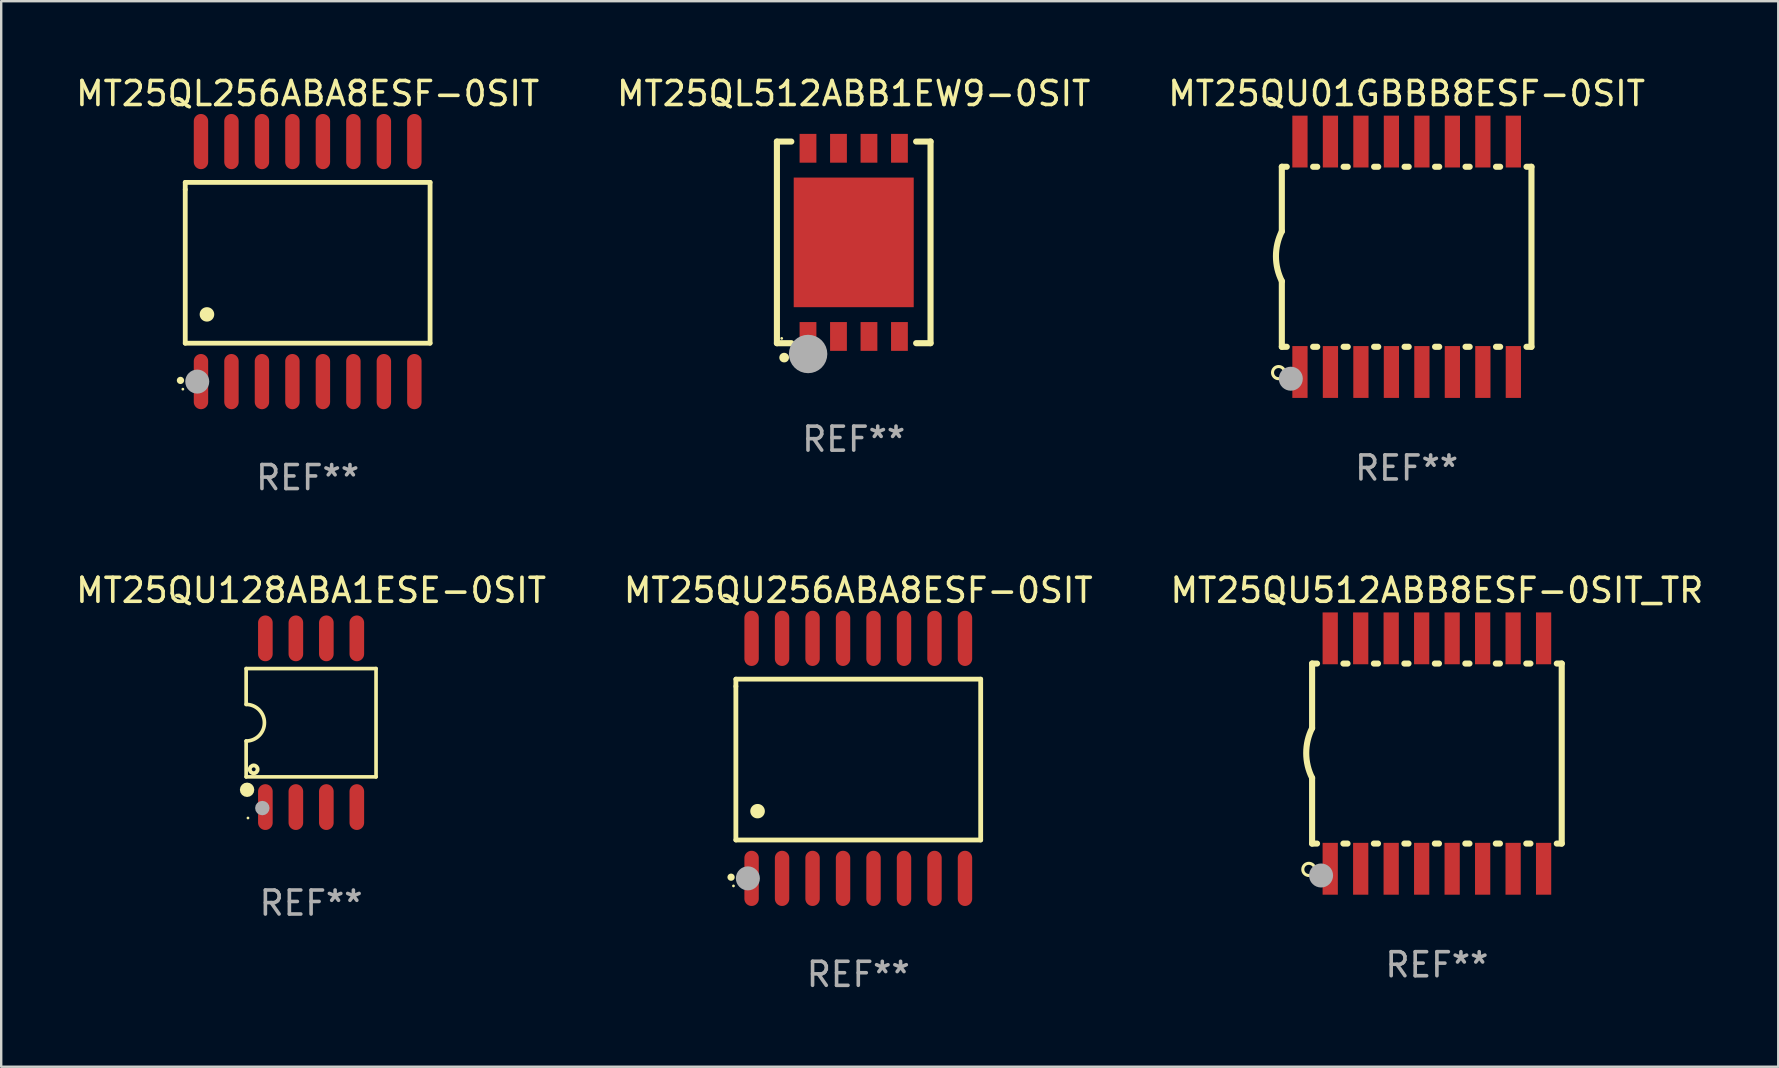
<source format=kicad_pcb>
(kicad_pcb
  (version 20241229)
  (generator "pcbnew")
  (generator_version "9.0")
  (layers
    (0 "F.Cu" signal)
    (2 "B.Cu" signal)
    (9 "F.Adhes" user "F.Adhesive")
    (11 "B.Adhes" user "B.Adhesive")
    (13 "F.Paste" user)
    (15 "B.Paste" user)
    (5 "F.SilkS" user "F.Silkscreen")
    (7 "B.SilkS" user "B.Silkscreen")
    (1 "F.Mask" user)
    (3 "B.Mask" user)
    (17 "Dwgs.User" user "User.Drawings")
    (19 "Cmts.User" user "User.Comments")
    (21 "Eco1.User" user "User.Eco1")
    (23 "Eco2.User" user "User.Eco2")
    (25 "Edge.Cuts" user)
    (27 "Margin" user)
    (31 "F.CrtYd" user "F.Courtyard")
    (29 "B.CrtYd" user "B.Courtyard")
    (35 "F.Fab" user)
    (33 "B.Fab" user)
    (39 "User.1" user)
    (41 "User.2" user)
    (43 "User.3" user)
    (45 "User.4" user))
  (footprint "MT25QU256ABA8ESF-0SIT"
    (layer "F.Cu")
    (at 32.708 28.545)
    (property "Reference" "MT25QU256ABA8ESF-0SIT" (at 0 -7 0) (layer "F.SilkS") (effects (font (size 1 1) (thickness 0.15))))
    (attr through_hole)
    (fp_line (start -5.1 -3.3) (end -5.1 -3) (stroke (width 0.2) (type solid)) (layer "F.SilkS"))
    (fp_line (start -5.1 -3) (end -5.1 3.4) (stroke (width 0.2) (type solid)) (layer "F.SilkS"))
    (fp_line (start -5.1 3.4) (end 5.1 3.4) (stroke (width 0.2) (type solid)) (layer "F.SilkS"))
    (fp_line (start 5.1 -3.3) (end -5.1 -3.3) (stroke (width 0.2) (type solid)) (layer "F.SilkS"))
    (fp_line (start 5.1 3.4) (end 5.1 -3.3) (stroke (width 0.2) (type solid)) (layer "F.SilkS"))
    (fp_arc (start -5.300991 4.950495) (mid -5.299721 4.95049) (end -5.298451 4.950495) (stroke (width 0.3) (type solid)) (layer "F.SilkS"))
    (fp_arc (start -4.2 2.200025) (mid -4.19619 2.200001) (end -4.19238 2.200025) (stroke (width 0.6) (type solid)) (layer "F.SilkS"))
    (fp_circle (center -5.2 5.315) (end -5.17 5.315) (stroke (width 0.06) (type solid)) (fill no) (layer "F.SilkS"))
    (fp_circle (center -4.6 5) (end -4.35 5) (stroke (width 0.5) (type solid)) (fill no) (layer "F.Fab"))
    (fp_text user "REF**" (at 0 9 0) (layer "F.Fab") (effects (font (size 1 1) (thickness 0.15))))
    (pad "1" smd oval (at -4.445 5 180) (size 0.6 2.3) (layers "F.Cu" "F.Mask" "F.Paste"))
    (pad "2" smd oval (at -3.175 5 180) (size 0.6 2.3) (layers "F.Cu" "F.Mask" "F.Paste"))
    (pad "3" smd oval (at -1.905 5 180) (size 0.6 2.3) (layers "F.Cu" "F.Mask" "F.Paste"))
    (pad "4" smd oval (at -0.635 5 180) (size 0.6 2.3) (layers "F.Cu" "F.Mask" "F.Paste"))
    (pad "5" smd oval (at 0.635 5 180) (size 0.6 2.3) (layers "F.Cu" "F.Mask" "F.Paste"))
    (pad "6" smd oval (at 1.905 5 180) (size 0.6 2.3) (layers "F.Cu" "F.Mask" "F.Paste"))
    (pad "7" smd oval (at 3.175 5 180) (size 0.6 2.3) (layers "F.Cu" "F.Mask" "F.Paste"))
    (pad "8" smd oval (at 4.445 5 180) (size 0.6 2.3) (layers "F.Cu" "F.Mask" "F.Paste"))
    (pad "9" smd oval (at 4.445 -5 180) (size 0.6 2.3) (layers "F.Cu" "F.Mask" "F.Paste"))
    (pad "10" smd oval (at 3.175 -5 180) (size 0.6 2.3) (layers "F.Cu" "F.Mask" "F.Paste"))
    (pad "11" smd oval (at 1.905 -5 180) (size 0.6 2.3) (layers "F.Cu" "F.Mask" "F.Paste"))
    (pad "12" smd oval (at 0.635 -5 180) (size 0.6 2.3) (layers "F.Cu" "F.Mask" "F.Paste"))
    (pad "13" smd oval (at -0.635 -5 180) (size 0.6 2.3) (layers "F.Cu" "F.Mask" "F.Paste"))
    (pad "14" smd oval (at -1.905 -5 180) (size 0.6 2.3) (layers "F.Cu" "F.Mask" "F.Paste"))
    (pad "15" smd oval (at -3.175 -5 180) (size 0.6 2.3) (layers "F.Cu" "F.Mask" "F.Paste"))
    (pad "16" smd oval (at -4.445 -5 180) (size 0.6 2.3) (layers "F.Cu" "F.Mask" "F.Paste")))
  (footprint "MT25QL256ABA8ESF-0SIT"
    (layer "F.Cu")
    (at 9.768 7.848)
    (property "Reference" "MT25QL256ABA8ESF-0SIT" (at 0 -7 0) (layer "F.SilkS") (effects (font (size 1 1) (thickness 0.15))))
    (attr through_hole)
    (fp_line (start -5.1 -3.3) (end -5.1 -3) (stroke (width 0.2) (type solid)) (layer "F.SilkS"))
    (fp_line (start -5.1 -3) (end -5.1 3.4) (stroke (width 0.2) (type solid)) (layer "F.SilkS"))
    (fp_line (start -5.1 3.4) (end 5.1 3.4) (stroke (width 0.2) (type solid)) (layer "F.SilkS"))
    (fp_line (start 5.1 -3.3) (end -5.1 -3.3) (stroke (width 0.2) (type solid)) (layer "F.SilkS"))
    (fp_line (start 5.1 3.4) (end 5.1 -3.3) (stroke (width 0.2) (type solid)) (layer "F.SilkS"))
    (fp_arc (start -5.300991 4.950495) (mid -5.299721 4.95049) (end -5.298451 4.950495) (stroke (width 0.3) (type solid)) (layer "F.SilkS"))
    (fp_arc (start -4.2 2.200025) (mid -4.19619 2.200001) (end -4.19238 2.200025) (stroke (width 0.6) (type solid)) (layer "F.SilkS"))
    (fp_circle (center -5.2 5.315) (end -5.17 5.315) (stroke (width 0.06) (type solid)) (fill no) (layer "F.SilkS"))
    (fp_circle (center -4.6 5) (end -4.35 5) (stroke (width 0.5) (type solid)) (fill no) (layer "F.Fab"))
    (fp_text user "REF**" (at 0 9 0) (layer "F.Fab") (effects (font (size 1 1) (thickness 0.15))))
    (pad "1" smd oval (at -4.445 5 180) (size 0.6 2.3) (layers "F.Cu" "F.Mask" "F.Paste"))
    (pad "2" smd oval (at -3.175 5 180) (size 0.6 2.3) (layers "F.Cu" "F.Mask" "F.Paste"))
    (pad "3" smd oval (at -1.905 5 180) (size 0.6 2.3) (layers "F.Cu" "F.Mask" "F.Paste"))
    (pad "4" smd oval (at -0.635 5 180) (size 0.6 2.3) (layers "F.Cu" "F.Mask" "F.Paste"))
    (pad "5" smd oval (at 0.635 5 180) (size 0.6 2.3) (layers "F.Cu" "F.Mask" "F.Paste"))
    (pad "6" smd oval (at 1.905 5 180) (size 0.6 2.3) (layers "F.Cu" "F.Mask" "F.Paste"))
    (pad "7" smd oval (at 3.175 5 180) (size 0.6 2.3) (layers "F.Cu" "F.Mask" "F.Paste"))
    (pad "8" smd oval (at 4.445 5 180) (size 0.6 2.3) (layers "F.Cu" "F.Mask" "F.Paste"))
    (pad "9" smd oval (at 4.445 -5 180) (size 0.6 2.3) (layers "F.Cu" "F.Mask" "F.Paste"))
    (pad "10" smd oval (at 3.175 -5 180) (size 0.6 2.3) (layers "F.Cu" "F.Mask" "F.Paste"))
    (pad "11" smd oval (at 1.905 -5 180) (size 0.6 2.3) (layers "F.Cu" "F.Mask" "F.Paste"))
    (pad "12" smd oval (at 0.635 -5 180) (size 0.6 2.3) (layers "F.Cu" "F.Mask" "F.Paste"))
    (pad "13" smd oval (at -0.635 -5 180) (size 0.6 2.3) (layers "F.Cu" "F.Mask" "F.Paste"))
    (pad "14" smd oval (at -1.905 -5 180) (size 0.6 2.3) (layers "F.Cu" "F.Mask" "F.Paste"))
    (pad "15" smd oval (at -3.175 -5 180) (size 0.6 2.3) (layers "F.Cu" "F.Mask" "F.Paste"))
    (pad "16" smd oval (at -4.445 -5 180) (size 0.6 2.3) (layers "F.Cu" "F.Mask" "F.Paste")))
  (footprint "MT25QU128ABA1ESE-0SIT"
    (layer "F.Cu")
    (at 9.911 27.06)
    (property "Reference" "MT25QU128ABA1ESE-0SIT" (at 0 -5.515 0) (layer "F.SilkS") (effects (font (size 1 1) (thickness 0.15))))
    (attr through_hole)
    (fp_line (start -2.706 -2.256) (end 2.706 -2.256) (stroke (width 0.152) (type solid)) (layer "F.SilkS"))
    (fp_line (start -2.706 -0.762) (end -2.706 -2.256) (stroke (width 0.152) (type solid)) (layer "F.SilkS"))
    (fp_line (start -2.706 0.762) (end -2.706 2.256) (stroke (width 0.152) (type solid)) (layer "F.SilkS"))
    (fp_line (start 2.706 -2.256) (end 2.706 2.256) (stroke (width 0.152) (type solid)) (layer "F.SilkS"))
    (fp_line (start 2.706 2.256) (end -2.706 2.256) (stroke (width 0.152) (type solid)) (layer "F.SilkS"))
    (fp_arc (start -2.706198 -0.762002) (mid -1.944196 0) (end -2.706198 0.762002) (stroke (width 0.151994) (type solid)) (layer "F.SilkS"))
    (fp_circle (center -2.667 2.794) (end -2.517 2.794) (stroke (width 0.3) (type solid)) (fill no) (layer "F.SilkS"))
    (fp_circle (center -2.63 3.97) (end -2.6 3.97) (stroke (width 0.06) (type solid)) (fill no) (layer "F.SilkS"))
    (fp_circle (center -2.391 1.942) (end -2.31 1.942) (stroke (width 0.163) (type solid)) (fill no) (layer "F.SilkS"))
    (fp_circle (center -2.032 3.556) (end -1.882 3.556) (stroke (width 0.3) (type solid)) (fill no) (layer "F.Fab"))
    (fp_text user "REF**" (at 0 7.515 0) (layer "F.Fab") (effects (font (size 1 1) (thickness 0.15))))
    (pad "1" smd oval (at -1.905 3.515) (size 0.609 1.907) (layers "F.Cu" "F.Mask" "F.Paste"))
    (pad "2" smd oval (at -0.635 3.515) (size 0.609 1.907) (layers "F.Cu" "F.Mask" "F.Paste"))
    (pad "3" smd oval (at 0.635 3.515) (size 0.609 1.907) (layers "F.Cu" "F.Mask" "F.Paste"))
    (pad "4" smd oval (at 1.905 3.515) (size 0.609 1.907) (layers "F.Cu" "F.Mask" "F.Paste"))
    (pad "5" smd oval (at 1.905 -3.515) (size 0.609 1.907) (layers "F.Cu" "F.Mask" "F.Paste"))
    (pad "6" smd oval (at 0.635 -3.515) (size 0.609 1.907) (layers "F.Cu" "F.Mask" "F.Paste"))
    (pad "7" smd oval (at -0.635 -3.515) (size 0.609 1.907) (layers "F.Cu" "F.Mask" "F.Paste"))
    (pad "8" smd oval (at -1.905 -3.515) (size 0.609 1.907) (layers "F.Cu" "F.Mask" "F.Paste")))
  (footprint "MT25QU512ABB8ESF-0SIT_TR"
    (layer "F.Cu")
    (at 56.815 28.345)
    (property "Reference" "MT25QU512ABB8ESF-0SIT_TR" (at 0 -6.8 0) (layer "F.SilkS") (effects (font (size 1 1) (thickness 0.15))))
    (attr through_hole)
    (fp_line (start -5.2 -3.75) (end -5.2 -1.06) (stroke (width 0.254) (type solid)) (layer "F.SilkS"))
    (fp_line (start -5.2 -3.75) (end -4.994 -3.75) (stroke (width 0.254) (type solid)) (layer "F.SilkS"))
    (fp_line (start -5.2 3.75) (end -5.2 1.016) (stroke (width 0.254) (type solid)) (layer "F.SilkS"))
    (fp_line (start -5.2 3.75) (end -4.994 3.75) (stroke (width 0.254) (type solid)) (layer "F.SilkS"))
    (fp_line (start -3.896 -3.75) (end -3.724 -3.75) (stroke (width 0.254) (type solid)) (layer "F.SilkS"))
    (fp_line (start -3.896 3.75) (end -3.724 3.75) (stroke (width 0.254) (type solid)) (layer "F.SilkS"))
    (fp_line (start -2.626 -3.75) (end -2.454 -3.75) (stroke (width 0.254) (type solid)) (layer "F.SilkS"))
    (fp_line (start -2.626 3.75) (end -2.454 3.75) (stroke (width 0.254) (type solid)) (layer "F.SilkS"))
    (fp_line (start -1.356 -3.75) (end -1.184 -3.75) (stroke (width 0.254) (type solid)) (layer "F.SilkS"))
    (fp_line (start -1.356 3.75) (end -1.184 3.75) (stroke (width 0.254) (type solid)) (layer "F.SilkS"))
    (fp_line (start -0.086 -3.75) (end 0.086 -3.75) (stroke (width 0.254) (type solid)) (layer "F.SilkS"))
    (fp_line (start -0.086 3.75) (end 0.086 3.75) (stroke (width 0.254) (type solid)) (layer "F.SilkS"))
    (fp_line (start 1.184 -3.75) (end 1.356 -3.75) (stroke (width 0.254) (type solid)) (layer "F.SilkS"))
    (fp_line (start 1.184 3.75) (end 1.356 3.75) (stroke (width 0.254) (type solid)) (layer "F.SilkS"))
    (fp_line (start 2.454 -3.75) (end 2.626 -3.75) (stroke (width 0.254) (type solid)) (layer "F.SilkS"))
    (fp_line (start 2.454 3.75) (end 2.626 3.75) (stroke (width 0.254) (type solid)) (layer "F.SilkS"))
    (fp_line (start 3.724 -3.75) (end 3.896 -3.75) (stroke (width 0.254) (type solid)) (layer "F.SilkS"))
    (fp_line (start 3.724 3.75) (end 3.896 3.75) (stroke (width 0.254) (type solid)) (layer "F.SilkS"))
    (fp_line (start 4.994 -3.75) (end 5.2 -3.75) (stroke (width 0.254) (type solid)) (layer "F.SilkS"))
    (fp_line (start 4.994 3.75) (end 5.2 3.75) (stroke (width 0.254) (type solid)) (layer "F.SilkS"))
    (fp_line (start 5.2 3.75) (end 5.2 -3.75) (stroke (width 0.254) (type solid)) (layer "F.SilkS"))
    (fp_arc (start -5.199391 1.016002) (mid -5.444637 -0.021925) (end -5.2 -1.059995) (stroke (width 0.254001) (type solid)) (layer "F.SilkS"))
    (fp_circle (center -5.334 4.826) (end -5.08 4.826) (stroke (width 0.127) (type solid)) (fill no) (layer "F.SilkS"))
    (fp_circle (center -5.15 5.15) (end -5.12 5.15) (stroke (width 0.06) (type solid)) (fill no) (layer "F.SilkS"))
    (fp_circle (center -4.826 5.08) (end -4.576 5.08) (stroke (width 0.5) (type solid)) (fill no) (layer "F.Fab"))
    (fp_text user "REF**" (at 0 8.8 0) (layer "F.Fab") (effects (font (size 1 1) (thickness 0.15))))
    (pad "1" smd rect (at -4.445 4.8) (size 0.635 2.16) (layers "F.Cu" "F.Mask" "F.Paste"))
    (pad "2" smd rect (at -3.175 4.8) (size 0.635 2.16) (layers "F.Cu" "F.Mask" "F.Paste"))
    (pad "3" smd rect (at -1.905 4.8) (size 0.635 2.16) (layers "F.Cu" "F.Mask" "F.Paste"))
    (pad "4" smd rect (at -0.635 4.8) (size 0.635 2.16) (layers "F.Cu" "F.Mask" "F.Paste"))
    (pad "5" smd rect (at 0.635 4.8) (size 0.635 2.16) (layers "F.Cu" "F.Mask" "F.Paste"))
    (pad "6" smd rect (at 1.905 4.8) (size 0.635 2.16) (layers "F.Cu" "F.Mask" "F.Paste"))
    (pad "7" smd rect (at 3.175 4.8) (size 0.635 2.16) (layers "F.Cu" "F.Mask" "F.Paste"))
    (pad "8" smd rect (at 4.445 4.8) (size 0.635 2.16) (layers "F.Cu" "F.Mask" "F.Paste"))
    (pad "9" smd rect (at 4.445 -4.8) (size 0.635 2.16) (layers "F.Cu" "F.Mask" "F.Paste"))
    (pad "10" smd rect (at 3.175 -4.8) (size 0.635 2.16) (layers "F.Cu" "F.Mask" "F.Paste"))
    (pad "11" smd rect (at 1.905 -4.8) (size 0.635 2.16) (layers "F.Cu" "F.Mask" "F.Paste"))
    (pad "12" smd rect (at 0.635 -4.8) (size 0.635 2.16) (layers "F.Cu" "F.Mask" "F.Paste"))
    (pad "13" smd rect (at -0.635 -4.8) (size 0.635 2.16) (layers "F.Cu" "F.Mask" "F.Paste"))
    (pad "14" smd rect (at -1.905 -4.8) (size 0.635 2.16) (layers "F.Cu" "F.Mask" "F.Paste"))
    (pad "15" smd rect (at -3.175 -4.8) (size 0.635 2.16) (layers "F.Cu" "F.Mask" "F.Paste"))
    (pad "16" smd rect (at -4.445 -4.8) (size 0.635 2.16) (layers "F.Cu" "F.Mask" "F.Paste")))
  (footprint "MT25QU01GBBB8ESF-0SIT"
    (layer "F.Cu")
    (at 55.554 7.648)
    (property "Reference" "MT25QU01GBBB8ESF-0SIT" (at 0 -6.8 0) (layer "F.SilkS") (effects (font (size 1 1) (thickness 0.15))))
    (attr through_hole)
    (fp_line (start -5.2 -3.75) (end -5.2 -1.06) (stroke (width 0.254) (type solid)) (layer "F.SilkS"))
    (fp_line (start -5.2 -3.75) (end -4.994 -3.75) (stroke (width 0.254) (type solid)) (layer "F.SilkS"))
    (fp_line (start -5.2 3.75) (end -5.2 1.016) (stroke (width 0.254) (type solid)) (layer "F.SilkS"))
    (fp_line (start -5.2 3.75) (end -4.994 3.75) (stroke (width 0.254) (type solid)) (layer "F.SilkS"))
    (fp_line (start -3.896 -3.75) (end -3.724 -3.75) (stroke (width 0.254) (type solid)) (layer "F.SilkS"))
    (fp_line (start -3.896 3.75) (end -3.724 3.75) (stroke (width 0.254) (type solid)) (layer "F.SilkS"))
    (fp_line (start -2.626 -3.75) (end -2.454 -3.75) (stroke (width 0.254) (type solid)) (layer "F.SilkS"))
    (fp_line (start -2.626 3.75) (end -2.454 3.75) (stroke (width 0.254) (type solid)) (layer "F.SilkS"))
    (fp_line (start -1.356 -3.75) (end -1.184 -3.75) (stroke (width 0.254) (type solid)) (layer "F.SilkS"))
    (fp_line (start -1.356 3.75) (end -1.184 3.75) (stroke (width 0.254) (type solid)) (layer "F.SilkS"))
    (fp_line (start -0.086 -3.75) (end 0.086 -3.75) (stroke (width 0.254) (type solid)) (layer "F.SilkS"))
    (fp_line (start -0.086 3.75) (end 0.086 3.75) (stroke (width 0.254) (type solid)) (layer "F.SilkS"))
    (fp_line (start 1.184 -3.75) (end 1.356 -3.75) (stroke (width 0.254) (type solid)) (layer "F.SilkS"))
    (fp_line (start 1.184 3.75) (end 1.356 3.75) (stroke (width 0.254) (type solid)) (layer "F.SilkS"))
    (fp_line (start 2.454 -3.75) (end 2.626 -3.75) (stroke (width 0.254) (type solid)) (layer "F.SilkS"))
    (fp_line (start 2.454 3.75) (end 2.626 3.75) (stroke (width 0.254) (type solid)) (layer "F.SilkS"))
    (fp_line (start 3.724 -3.75) (end 3.896 -3.75) (stroke (width 0.254) (type solid)) (layer "F.SilkS"))
    (fp_line (start 3.724 3.75) (end 3.896 3.75) (stroke (width 0.254) (type solid)) (layer "F.SilkS"))
    (fp_line (start 4.994 -3.75) (end 5.2 -3.75) (stroke (width 0.254) (type solid)) (layer "F.SilkS"))
    (fp_line (start 4.994 3.75) (end 5.2 3.75) (stroke (width 0.254) (type solid)) (layer "F.SilkS"))
    (fp_line (start 5.2 3.75) (end 5.2 -3.75) (stroke (width 0.254) (type solid)) (layer "F.SilkS"))
    (fp_arc (start -5.199391 1.016002) (mid -5.444637 -0.021925) (end -5.2 -1.059995) (stroke (width 0.254001) (type solid)) (layer "F.SilkS"))
    (fp_circle (center -5.334 4.826) (end -5.08 4.826) (stroke (width 0.127) (type solid)) (fill no) (layer "F.SilkS"))
    (fp_circle (center -5.15 5.15) (end -5.12 5.15) (stroke (width 0.06) (type solid)) (fill no) (layer "F.SilkS"))
    (fp_circle (center -4.826 5.08) (end -4.576 5.08) (stroke (width 0.5) (type solid)) (fill no) (layer "F.Fab"))
    (fp_text user "REF**" (at 0 8.8 0) (layer "F.Fab") (effects (font (size 1 1) (thickness 0.15))))
    (pad "1" smd rect (at -4.445 4.8) (size 0.635 2.16) (layers "F.Cu" "F.Mask" "F.Paste"))
    (pad "2" smd rect (at -3.175 4.8) (size 0.635 2.16) (layers "F.Cu" "F.Mask" "F.Paste"))
    (pad "3" smd rect (at -1.905 4.8) (size 0.635 2.16) (layers "F.Cu" "F.Mask" "F.Paste"))
    (pad "4" smd rect (at -0.635 4.8) (size 0.635 2.16) (layers "F.Cu" "F.Mask" "F.Paste"))
    (pad "5" smd rect (at 0.635 4.8) (size 0.635 2.16) (layers "F.Cu" "F.Mask" "F.Paste"))
    (pad "6" smd rect (at 1.905 4.8) (size 0.635 2.16) (layers "F.Cu" "F.Mask" "F.Paste"))
    (pad "7" smd rect (at 3.175 4.8) (size 0.635 2.16) (layers "F.Cu" "F.Mask" "F.Paste"))
    (pad "8" smd rect (at 4.445 4.8) (size 0.635 2.16) (layers "F.Cu" "F.Mask" "F.Paste"))
    (pad "9" smd rect (at 4.445 -4.8) (size 0.635 2.16) (layers "F.Cu" "F.Mask" "F.Paste"))
    (pad "10" smd rect (at 3.175 -4.8) (size 0.635 2.16) (layers "F.Cu" "F.Mask" "F.Paste"))
    (pad "11" smd rect (at 1.905 -4.8) (size 0.635 2.16) (layers "F.Cu" "F.Mask" "F.Paste"))
    (pad "12" smd rect (at 0.635 -4.8) (size 0.635 2.16) (layers "F.Cu" "F.Mask" "F.Paste"))
    (pad "13" smd rect (at -0.635 -4.8) (size 0.635 2.16) (layers "F.Cu" "F.Mask" "F.Paste"))
    (pad "14" smd rect (at -1.905 -4.8) (size 0.635 2.16) (layers "F.Cu" "F.Mask" "F.Paste"))
    (pad "15" smd rect (at -3.175 -4.8) (size 0.635 2.16) (layers "F.Cu" "F.Mask" "F.Paste"))
    (pad "16" smd rect (at -4.445 -4.8) (size 0.635 2.16) (layers "F.Cu" "F.Mask" "F.Paste")))
  (footprint "MT25QL512ABB1EW9-0SIT"
    (layer "F.Cu")
    (at 32.518 7.048)
    (property "Reference" "MT25QL512ABB1EW9-0SIT" (at 0 -6.2 0) (layer "F.SilkS") (effects (font (size 1 1) (thickness 0.15))))
    (attr through_hole)
    (fp_line (start -3.2 -4.2) (end -2.6 -4.2) (stroke (width 0.254) (type solid)) (layer "F.SilkS"))
    (fp_line (start -3.2 4.2) (end -3.2 -4.2) (stroke (width 0.254) (type solid)) (layer "F.SilkS"))
    (fp_line (start -2.6 4.2) (end -3.2 4.2) (stroke (width 0.254) (type solid)) (layer "F.SilkS"))
    (fp_line (start 2.6 -4.2) (end 3.2 -4.2) (stroke (width 0.254) (type solid)) (layer "F.SilkS"))
    (fp_line (start 3.2 -4.2) (end 3.2 4.2) (stroke (width 0.254) (type solid)) (layer "F.SilkS"))
    (fp_line (start 3.2 4.2) (end 2.6 4.2) (stroke (width 0.254) (type solid)) (layer "F.SilkS"))
    (fp_arc (start -2.900699 4.80061) (mid -2.898159 4.800594) (end -2.895619 4.80061) (stroke (width 0.4) (type solid)) (layer "F.SilkS"))
    (fp_circle (center -3 4) (end -2.97 4) (stroke (width 0.06) (type solid)) (fill no) (layer "F.SilkS"))
    (fp_circle (center -1.9 4.65) (end -1.5 4.65) (stroke (width 0.8) (type solid)) (fill no) (layer "F.Fab"))
    (fp_text user "REF**" (at 0 8.2 0) (layer "F.Fab") (effects (font (size 1 1) (thickness 0.15))))
    (pad "1" smd rect (at -1.905 3.92 90) (size 1.2 0.7) (layers "F.Cu" "F.Mask" "F.Paste"))
    (pad "2" smd rect (at -0.635 3.92 90) (size 1.2 0.7) (layers "F.Cu" "F.Mask" "F.Paste"))
    (pad "3" smd rect (at 0.635 3.92 90) (size 1.2 0.7) (layers "F.Cu" "F.Mask" "F.Paste"))
    (pad "4" smd rect (at 1.905 3.92 90) (size 1.2 0.7) (layers "F.Cu" "F.Mask" "F.Paste"))
    (pad "5" smd rect (at 1.905 -3.92 90) (size 1.2 0.7) (layers "F.Cu" "F.Mask" "F.Paste"))
    (pad "6" smd rect (at 0.635 -3.92 90) (size 1.2 0.7) (layers "F.Cu" "F.Mask" "F.Paste"))
    (pad "7" smd rect (at -0.635 -3.92 90) (size 1.2 0.7) (layers "F.Cu" "F.Mask" "F.Paste"))
    (pad "8" smd rect (at -1.905 -3.92 90) (size 1.2 0.7) (layers "F.Cu" "F.Mask" "F.Paste"))
    (pad "9" smd rect (at -0.000038 -0.000076 90) (size 5.4 5) (layers "F.Cu" "F.Mask" "F.Paste")))
  (gr_rect
    (start -3 -3)
    (end 71.036 41.393)
    (stroke (width 0.1) (type default))
    (fill no)
    (layer "Edge.Cuts")))
</source>
